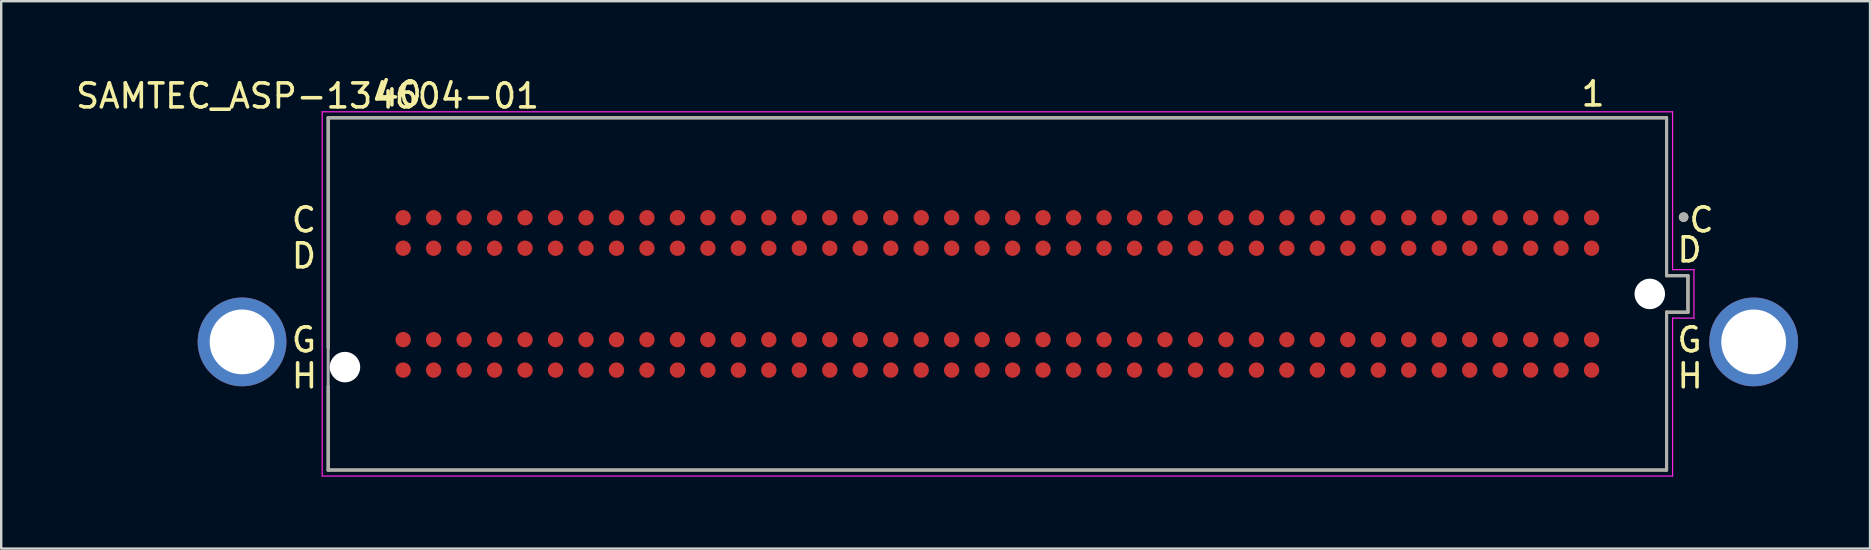
<source format=kicad_pcb>
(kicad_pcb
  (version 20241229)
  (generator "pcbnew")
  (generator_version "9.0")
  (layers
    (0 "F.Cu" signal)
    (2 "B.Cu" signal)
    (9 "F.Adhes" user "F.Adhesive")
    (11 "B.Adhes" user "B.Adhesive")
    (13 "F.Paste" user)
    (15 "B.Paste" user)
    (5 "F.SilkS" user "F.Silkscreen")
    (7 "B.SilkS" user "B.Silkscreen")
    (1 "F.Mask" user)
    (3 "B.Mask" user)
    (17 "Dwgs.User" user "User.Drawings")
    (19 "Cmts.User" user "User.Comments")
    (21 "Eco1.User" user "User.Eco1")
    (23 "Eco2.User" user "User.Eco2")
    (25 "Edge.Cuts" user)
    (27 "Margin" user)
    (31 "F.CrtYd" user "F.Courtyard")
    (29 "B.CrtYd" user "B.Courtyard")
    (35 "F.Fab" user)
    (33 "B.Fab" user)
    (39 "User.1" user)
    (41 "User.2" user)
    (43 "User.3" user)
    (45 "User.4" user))
  (footprint "SAMTEC_ASP-134604-01"
    (layer "F.Cu")
    (at 38.518 9.2)
    (property "Reference" "SAMTEC_ASP-134604-01" (at -28.75 -8.25 180) (layer "F.SilkS") (effects (font (size 1 1) (thickness 0.15))))
    (attr smd)
    (fp_line (start -27.89 -7.35) (end -27.89 2.25) (stroke (width 0.127) (type solid)) (layer "F.SilkS"))
    (fp_line (start -27.89 -7.34) (end 27.89 -7.34) (stroke (width 0.127) (type solid)) (layer "F.SilkS"))
    (fp_line (start -27.89 7.35) (end -27.89 3.85) (stroke (width 0.127) (type solid)) (layer "F.SilkS"))
    (fp_line (start 27.89 -7.34) (end 27.89 -0.76) (stroke (width 0.127) (type solid)) (layer "F.SilkS"))
    (fp_line (start 27.89 -0.76) (end 28.78 -0.76) (stroke (width 0.127) (type solid)) (layer "F.SilkS"))
    (fp_line (start 27.89 0.76) (end 27.89 7.34) (stroke (width 0.127) (type solid)) (layer "F.SilkS"))
    (fp_line (start 27.89 7.34) (end -27.89 7.34) (stroke (width 0.127) (type solid)) (layer "F.SilkS"))
    (fp_line (start 28.78 -0.76) (end 28.78 0.76) (stroke (width 0.127) (type solid)) (layer "F.SilkS"))
    (fp_line (start 28.78 0.76) (end 27.89 0.76) (stroke (width 0.127) (type solid)) (layer "F.SilkS"))
    (fp_circle (center 28.6 -3.2) (end 28.7 -3.2) (stroke (width 0.2) (type solid)) (fill no) (layer "F.SilkS"))
    (fp_line (start -28.14 -7.59) (end 28.14 -7.59) (stroke (width 0.05) (type solid)) (layer "F.CrtYd"))
    (fp_line (start -28.14 7.59) (end -28.14 -7.59) (stroke (width 0.05) (type solid)) (layer "F.CrtYd"))
    (fp_line (start 28.14 -7.59) (end 28.14 -1.01) (stroke (width 0.05) (type solid)) (layer "F.CrtYd"))
    (fp_line (start 28.14 -1.01) (end 29.03 -1.01) (stroke (width 0.05) (type solid)) (layer "F.CrtYd"))
    (fp_line (start 28.14 1.01) (end 28.14 7.59) (stroke (width 0.05) (type solid)) (layer "F.CrtYd"))
    (fp_line (start 28.14 7.59) (end -28.14 7.59) (stroke (width 0.05) (type solid)) (layer "F.CrtYd"))
    (fp_line (start 29.03 -1.01) (end 29.03 1.01) (stroke (width 0.05) (type solid)) (layer "F.CrtYd"))
    (fp_line (start 29.03 1.01) (end 28.14 1.01) (stroke (width 0.05) (type solid)) (layer "F.CrtYd"))
    (fp_line (start -27.89 -7.34) (end 27.89 -7.34) (stroke (width 0.127) (type solid)) (layer "F.Fab"))
    (fp_line (start -27.89 7.34) (end -27.89 -7.34) (stroke (width 0.127) (type solid)) (layer "F.Fab"))
    (fp_line (start 27.89 -7.34) (end 27.89 -0.76) (stroke (width 0.127) (type solid)) (layer "F.Fab"))
    (fp_line (start 27.89 -0.76) (end 28.78 -0.76) (stroke (width 0.127) (type solid)) (layer "F.Fab"))
    (fp_line (start 27.89 0.76) (end 28.78 0.76) (stroke (width 0.127) (type solid)) (layer "F.Fab"))
    (fp_line (start 27.89 7.34) (end -27.89 7.34) (stroke (width 0.127) (type solid)) (layer "F.Fab"))
    (fp_line (start 27.89 7.34) (end 27.89 0.76) (stroke (width 0.127) (type solid)) (layer "F.Fab"))
    (fp_line (start 28.78 0.76) (end 28.78 -0.76) (stroke (width 0.127) (type solid)) (layer "F.Fab"))
    (fp_circle (center 28.6 -3.2) (end 28.7 -3.2) (stroke (width 0.2) (type solid)) (fill no) (layer "F.Fab"))
    (fp_text user "40" (at -26 -7.75 0) (unlocked yes) (layer "F.SilkS") (effects (font (size 1 1) (thickness 0.15)) (justify left bottom)))
    (fp_text user "D" (at -29.5 -1 0) (unlocked yes) (layer "F.SilkS") (effects (font (size 1 1) (thickness 0.15)) (justify left bottom)))
    (fp_text user "D" (at 28.25 -1.25 0) (unlocked yes) (layer "F.SilkS") (effects (font (size 1 1) (thickness 0.15)) (justify left bottom)))
    (fp_text user "H" (at 28.25 4 0) (unlocked yes) (layer "F.SilkS") (effects (font (size 1 1) (thickness 0.15)) (justify left bottom)))
    (fp_text user "G" (at -29.5 2.5 0) (unlocked yes) (layer "F.SilkS") (effects (font (size 1 1) (thickness 0.15)) (justify left bottom)))
    (fp_text user "H" (at -29.5 4 0) (unlocked yes) (layer "F.SilkS") (effects (font (size 1 1) (thickness 0.15)) (justify left bottom)))
    (fp_text user "1" (at 24.25 -7.75 0) (unlocked yes) (layer "F.SilkS") (effects (font (size 1 1) (thickness 0.15)) (justify left bottom)))
    (fp_text user "C" (at 28.75 -2.5 0) (unlocked yes) (layer "F.SilkS") (effects (font (size 1 1) (thickness 0.15)) (justify left bottom)))
    (fp_text user "C" (at -29.5 -2.5 0) (unlocked yes) (layer "F.SilkS") (effects (font (size 1 1) (thickness 0.15)) (justify left bottom)))
    (fp_text user "G" (at 28.25 2.5 0) (unlocked yes) (layer "F.SilkS") (effects (font (size 1 1) (thickness 0.15)) (justify left bottom)))
    (pad "" thru_hole circle (at -31.48 2) (size 3.7 3.7) (drill 2.7) (layers "*.Cu" "*.Mask"))
    (pad "" np_thru_hole circle (at -27.191 3.05) (size 1.27 1.27) (drill 1.27) (layers "*.Cu" "*.Mask"))
    (pad "" np_thru_hole circle (at 27.19 0) (size 1.27 1.27) (drill 1.27) (layers "*.Cu" "*.Mask"))
    (pad "" thru_hole circle (at 31.52 2) (size 3.7 3.7) (drill 2.7) (layers "*.Cu" "*.Mask"))
    (pad "C1" smd circle (at 24.765 -3.175) (size 0.64 0.64) (layers "F.Cu" "F.Mask" "F.Paste"))
    (pad "C2" smd circle (at 23.495 -3.175) (size 0.64 0.64) (layers "F.Cu" "F.Mask" "F.Paste"))
    (pad "C3" smd circle (at 22.225 -3.175) (size 0.64 0.64) (layers "F.Cu" "F.Mask" "F.Paste"))
    (pad "C4" smd circle (at 20.955 -3.175) (size 0.64 0.64) (layers "F.Cu" "F.Mask" "F.Paste"))
    (pad "C5" smd circle (at 19.685 -3.175) (size 0.64 0.64) (layers "F.Cu" "F.Mask" "F.Paste"))
    (pad "C6" smd circle (at 18.415 -3.175) (size 0.64 0.64) (layers "F.Cu" "F.Mask" "F.Paste"))
    (pad "C7" smd circle (at 17.145 -3.175) (size 0.64 0.64) (layers "F.Cu" "F.Mask" "F.Paste"))
    (pad "C8" smd circle (at 15.875 -3.175) (size 0.64 0.64) (layers "F.Cu" "F.Mask" "F.Paste"))
    (pad "C9" smd circle (at 14.605 -3.175) (size 0.64 0.64) (layers "F.Cu" "F.Mask" "F.Paste"))
    (pad "C10" smd circle (at 13.335 -3.175) (size 0.64 0.64) (layers "F.Cu" "F.Mask" "F.Paste"))
    (pad "C11" smd circle (at 12.065 -3.175) (size 0.64 0.64) (layers "F.Cu" "F.Mask" "F.Paste"))
    (pad "C12" smd circle (at 10.795 -3.175) (size 0.64 0.64) (layers "F.Cu" "F.Mask" "F.Paste"))
    (pad "C13" smd circle (at 9.525 -3.175) (size 0.64 0.64) (layers "F.Cu" "F.Mask" "F.Paste"))
    (pad "C14" smd circle (at 8.255 -3.175) (size 0.64 0.64) (layers "F.Cu" "F.Mask" "F.Paste"))
    (pad "C15" smd circle (at 6.985 -3.175) (size 0.64 0.64) (layers "F.Cu" "F.Mask" "F.Paste"))
    (pad "C16" smd circle (at 5.715 -3.175) (size 0.64 0.64) (layers "F.Cu" "F.Mask" "F.Paste"))
    (pad "C17" smd circle (at 4.445 -3.175) (size 0.64 0.64) (layers "F.Cu" "F.Mask" "F.Paste"))
    (pad "C18" smd circle (at 3.175 -3.175) (size 0.64 0.64) (layers "F.Cu" "F.Mask" "F.Paste"))
    (pad "C19" smd circle (at 1.905 -3.175) (size 0.64 0.64) (layers "F.Cu" "F.Mask" "F.Paste"))
    (pad "C20" smd circle (at 0.635 -3.175) (size 0.64 0.64) (layers "F.Cu" "F.Mask" "F.Paste"))
    (pad "C21" smd circle (at -0.635 -3.175) (size 0.64 0.64) (layers "F.Cu" "F.Mask" "F.Paste"))
    (pad "C22" smd circle (at -1.905 -3.175) (size 0.64 0.64) (layers "F.Cu" "F.Mask" "F.Paste"))
    (pad "C23" smd circle (at -3.175 -3.175) (size 0.64 0.64) (layers "F.Cu" "F.Mask" "F.Paste"))
    (pad "C24" smd circle (at -4.445 -3.175) (size 0.64 0.64) (layers "F.Cu" "F.Mask" "F.Paste"))
    (pad "C25" smd circle (at -5.715 -3.175) (size 0.64 0.64) (layers "F.Cu" "F.Mask" "F.Paste"))
    (pad "C26" smd circle (at -6.985 -3.175) (size 0.64 0.64) (layers "F.Cu" "F.Mask" "F.Paste"))
    (pad "C27" smd circle (at -8.255 -3.175) (size 0.64 0.64) (layers "F.Cu" "F.Mask" "F.Paste"))
    (pad "C28" smd circle (at -9.525 -3.175) (size 0.64 0.64) (layers "F.Cu" "F.Mask" "F.Paste"))
    (pad "C29" smd circle (at -10.795 -3.175) (size 0.64 0.64) (layers "F.Cu" "F.Mask" "F.Paste"))
    (pad "C30" smd circle (at -12.065 -3.175) (size 0.64 0.64) (layers "F.Cu" "F.Mask" "F.Paste"))
    (pad "C31" smd circle (at -13.335 -3.175) (size 0.64 0.64) (layers "F.Cu" "F.Mask" "F.Paste"))
    (pad "C32" smd circle (at -14.605 -3.175) (size 0.64 0.64) (layers "F.Cu" "F.Mask" "F.Paste"))
    (pad "C33" smd circle (at -15.875 -3.175) (size 0.64 0.64) (layers "F.Cu" "F.Mask" "F.Paste"))
    (pad "C34" smd circle (at -17.145 -3.175) (size 0.64 0.64) (layers "F.Cu" "F.Mask" "F.Paste"))
    (pad "C35" smd circle (at -18.415 -3.175) (size 0.64 0.64) (layers "F.Cu" "F.Mask" "F.Paste"))
    (pad "C36" smd circle (at -19.685 -3.175) (size 0.64 0.64) (layers "F.Cu" "F.Mask" "F.Paste"))
    (pad "C37" smd circle (at -20.955 -3.175) (size 0.64 0.64) (layers "F.Cu" "F.Mask" "F.Paste"))
    (pad "C38" smd circle (at -22.225 -3.175) (size 0.64 0.64) (layers "F.Cu" "F.Mask" "F.Paste"))
    (pad "C39" smd circle (at -23.495 -3.175) (size 0.64 0.64) (layers "F.Cu" "F.Mask" "F.Paste"))
    (pad "C40" smd circle (at -24.765 -3.175) (size 0.64 0.64) (layers "F.Cu" "F.Mask" "F.Paste"))
    (pad "D1" smd circle (at 24.765 -1.905) (size 0.64 0.64) (layers "F.Cu" "F.Mask" "F.Paste"))
    (pad "D2" smd circle (at 23.495 -1.905) (size 0.64 0.64) (layers "F.Cu" "F.Mask" "F.Paste"))
    (pad "D3" smd circle (at 22.225 -1.905) (size 0.64 0.64) (layers "F.Cu" "F.Mask" "F.Paste"))
    (pad "D4" smd circle (at 20.955 -1.905) (size 0.64 0.64) (layers "F.Cu" "F.Mask" "F.Paste"))
    (pad "D5" smd circle (at 19.685 -1.905) (size 0.64 0.64) (layers "F.Cu" "F.Mask" "F.Paste"))
    (pad "D6" smd circle (at 18.415 -1.905) (size 0.64 0.64) (layers "F.Cu" "F.Mask" "F.Paste"))
    (pad "D7" smd circle (at 17.145 -1.905) (size 0.64 0.64) (layers "F.Cu" "F.Mask" "F.Paste"))
    (pad "D8" smd circle (at 15.875 -1.905) (size 0.64 0.64) (layers "F.Cu" "F.Mask" "F.Paste"))
    (pad "D9" smd circle (at 14.605 -1.905) (size 0.64 0.64) (layers "F.Cu" "F.Mask" "F.Paste"))
    (pad "D10" smd circle (at 13.335 -1.905) (size 0.64 0.64) (layers "F.Cu" "F.Mask" "F.Paste"))
    (pad "D11" smd circle (at 12.065 -1.905) (size 0.64 0.64) (layers "F.Cu" "F.Mask" "F.Paste"))
    (pad "D12" smd circle (at 10.795 -1.905) (size 0.64 0.64) (layers "F.Cu" "F.Mask" "F.Paste"))
    (pad "D13" smd circle (at 9.525 -1.905) (size 0.64 0.64) (layers "F.Cu" "F.Mask" "F.Paste"))
    (pad "D14" smd circle (at 8.255 -1.905) (size 0.64 0.64) (layers "F.Cu" "F.Mask" "F.Paste"))
    (pad "D15" smd circle (at 6.985 -1.905) (size 0.64 0.64) (layers "F.Cu" "F.Mask" "F.Paste"))
    (pad "D16" smd circle (at 5.715 -1.905) (size 0.64 0.64) (layers "F.Cu" "F.Mask" "F.Paste"))
    (pad "D17" smd circle (at 4.445 -1.905) (size 0.64 0.64) (layers "F.Cu" "F.Mask" "F.Paste"))
    (pad "D18" smd circle (at 3.175 -1.905) (size 0.64 0.64) (layers "F.Cu" "F.Mask" "F.Paste"))
    (pad "D19" smd circle (at 1.905 -1.905) (size 0.64 0.64) (layers "F.Cu" "F.Mask" "F.Paste"))
    (pad "D20" smd circle (at 0.635 -1.905) (size 0.64 0.64) (layers "F.Cu" "F.Mask" "F.Paste"))
    (pad "D21" smd circle (at -0.635 -1.905) (size 0.64 0.64) (layers "F.Cu" "F.Mask" "F.Paste"))
    (pad "D22" smd circle (at -1.905 -1.905) (size 0.64 0.64) (layers "F.Cu" "F.Mask" "F.Paste"))
    (pad "D23" smd circle (at -3.175 -1.905) (size 0.64 0.64) (layers "F.Cu" "F.Mask" "F.Paste"))
    (pad "D24" smd circle (at -4.445 -1.905) (size 0.64 0.64) (layers "F.Cu" "F.Mask" "F.Paste"))
    (pad "D25" smd circle (at -5.715 -1.905) (size 0.64 0.64) (layers "F.Cu" "F.Mask" "F.Paste"))
    (pad "D26" smd circle (at -6.985 -1.905) (size 0.64 0.64) (layers "F.Cu" "F.Mask" "F.Paste"))
    (pad "D27" smd circle (at -8.255 -1.905) (size 0.64 0.64) (layers "F.Cu" "F.Mask" "F.Paste"))
    (pad "D28" smd circle (at -9.525 -1.905) (size 0.64 0.64) (layers "F.Cu" "F.Mask" "F.Paste"))
    (pad "D29" smd circle (at -10.795 -1.905) (size 0.64 0.64) (layers "F.Cu" "F.Mask" "F.Paste"))
    (pad "D30" smd circle (at -12.065 -1.905) (size 0.64 0.64) (layers "F.Cu" "F.Mask" "F.Paste"))
    (pad "D31" smd circle (at -13.335 -1.905) (size 0.64 0.64) (layers "F.Cu" "F.Mask" "F.Paste"))
    (pad "D32" smd circle (at -14.605 -1.905) (size 0.64 0.64) (layers "F.Cu" "F.Mask" "F.Paste"))
    (pad "D33" smd circle (at -15.875 -1.905) (size 0.64 0.64) (layers "F.Cu" "F.Mask" "F.Paste"))
    (pad "D34" smd circle (at -17.145 -1.905) (size 0.64 0.64) (layers "F.Cu" "F.Mask" "F.Paste"))
    (pad "D35" smd circle (at -18.415 -1.905) (size 0.64 0.64) (layers "F.Cu" "F.Mask" "F.Paste"))
    (pad "D36" smd circle (at -19.685 -1.905) (size 0.64 0.64) (layers "F.Cu" "F.Mask" "F.Paste"))
    (pad "D37" smd circle (at -20.955 -1.905) (size 0.64 0.64) (layers "F.Cu" "F.Mask" "F.Paste"))
    (pad "D38" smd circle (at -22.225 -1.905) (size 0.64 0.64) (layers "F.Cu" "F.Mask" "F.Paste"))
    (pad "D39" smd circle (at -23.495 -1.905) (size 0.64 0.64) (layers "F.Cu" "F.Mask" "F.Paste"))
    (pad "D40" smd circle (at -24.765 -1.905) (size 0.64 0.64) (layers "F.Cu" "F.Mask" "F.Paste"))
    (pad "G1" smd circle (at 24.765 1.905) (size 0.64 0.64) (layers "F.Cu" "F.Mask" "F.Paste"))
    (pad "G2" smd circle (at 23.495 1.905) (size 0.64 0.64) (layers "F.Cu" "F.Mask" "F.Paste"))
    (pad "G3" smd circle (at 22.225 1.905) (size 0.64 0.64) (layers "F.Cu" "F.Mask" "F.Paste"))
    (pad "G4" smd circle (at 20.955 1.905) (size 0.64 0.64) (layers "F.Cu" "F.Mask" "F.Paste"))
    (pad "G5" smd circle (at 19.685 1.905) (size 0.64 0.64) (layers "F.Cu" "F.Mask" "F.Paste"))
    (pad "G6" smd circle (at 18.415 1.905) (size 0.64 0.64) (layers "F.Cu" "F.Mask" "F.Paste"))
    (pad "G7" smd circle (at 17.145 1.905) (size 0.64 0.64) (layers "F.Cu" "F.Mask" "F.Paste"))
    (pad "G8" smd circle (at 15.875 1.905) (size 0.64 0.64) (layers "F.Cu" "F.Mask" "F.Paste"))
    (pad "G9" smd circle (at 14.605 1.905) (size 0.64 0.64) (layers "F.Cu" "F.Mask" "F.Paste"))
    (pad "G10" smd circle (at 13.335 1.905) (size 0.64 0.64) (layers "F.Cu" "F.Mask" "F.Paste"))
    (pad "G11" smd circle (at 12.065 1.905) (size 0.64 0.64) (layers "F.Cu" "F.Mask" "F.Paste"))
    (pad "G12" smd circle (at 10.795 1.905) (size 0.64 0.64) (layers "F.Cu" "F.Mask" "F.Paste"))
    (pad "G13" smd circle (at 9.525 1.905) (size 0.64 0.64) (layers "F.Cu" "F.Mask" "F.Paste"))
    (pad "G14" smd circle (at 8.255 1.905) (size 0.64 0.64) (layers "F.Cu" "F.Mask" "F.Paste"))
    (pad "G15" smd circle (at 6.985 1.905) (size 0.64 0.64) (layers "F.Cu" "F.Mask" "F.Paste"))
    (pad "G16" smd circle (at 5.715 1.905) (size 0.64 0.64) (layers "F.Cu" "F.Mask" "F.Paste"))
    (pad "G17" smd circle (at 4.445 1.905) (size 0.64 0.64) (layers "F.Cu" "F.Mask" "F.Paste"))
    (pad "G18" smd circle (at 3.175 1.905) (size 0.64 0.64) (layers "F.Cu" "F.Mask" "F.Paste"))
    (pad "G19" smd circle (at 1.905 1.905) (size 0.64 0.64) (layers "F.Cu" "F.Mask" "F.Paste"))
    (pad "G20" smd circle (at 0.635 1.905) (size 0.64 0.64) (layers "F.Cu" "F.Mask" "F.Paste"))
    (pad "G21" smd circle (at -0.635 1.905) (size 0.64 0.64) (layers "F.Cu" "F.Mask" "F.Paste"))
    (pad "G22" smd circle (at -1.905 1.905) (size 0.64 0.64) (layers "F.Cu" "F.Mask" "F.Paste"))
    (pad "G23" smd circle (at -3.175 1.905) (size 0.64 0.64) (layers "F.Cu" "F.Mask" "F.Paste"))
    (pad "G24" smd circle (at -4.445 1.905) (size 0.64 0.64) (layers "F.Cu" "F.Mask" "F.Paste"))
    (pad "G25" smd circle (at -5.715 1.905) (size 0.64 0.64) (layers "F.Cu" "F.Mask" "F.Paste"))
    (pad "G26" smd circle (at -6.985 1.905) (size 0.64 0.64) (layers "F.Cu" "F.Mask" "F.Paste"))
    (pad "G27" smd circle (at -8.255 1.905) (size 0.64 0.64) (layers "F.Cu" "F.Mask" "F.Paste"))
    (pad "G28" smd circle (at -9.525 1.905) (size 0.64 0.64) (layers "F.Cu" "F.Mask" "F.Paste"))
    (pad "G29" smd circle (at -10.795 1.905) (size 0.64 0.64) (layers "F.Cu" "F.Mask" "F.Paste"))
    (pad "G30" smd circle (at -12.065 1.905) (size 0.64 0.64) (layers "F.Cu" "F.Mask" "F.Paste"))
    (pad "G31" smd circle (at -13.335 1.905) (size 0.64 0.64) (layers "F.Cu" "F.Mask" "F.Paste"))
    (pad "G32" smd circle (at -14.605 1.905) (size 0.64 0.64) (layers "F.Cu" "F.Mask" "F.Paste"))
    (pad "G33" smd circle (at -15.875 1.905) (size 0.64 0.64) (layers "F.Cu" "F.Mask" "F.Paste"))
    (pad "G34" smd circle (at -17.145 1.905) (size 0.64 0.64) (layers "F.Cu" "F.Mask" "F.Paste"))
    (pad "G35" smd circle (at -18.415 1.905) (size 0.64 0.64) (layers "F.Cu" "F.Mask" "F.Paste"))
    (pad "G36" smd circle (at -19.685 1.905) (size 0.64 0.64) (layers "F.Cu" "F.Mask" "F.Paste"))
    (pad "G37" smd circle (at -20.955 1.905) (size 0.64 0.64) (layers "F.Cu" "F.Mask" "F.Paste"))
    (pad "G38" smd circle (at -22.225 1.905) (size 0.64 0.64) (layers "F.Cu" "F.Mask" "F.Paste"))
    (pad "G39" smd circle (at -23.495 1.905) (size 0.64 0.64) (layers "F.Cu" "F.Mask" "F.Paste"))
    (pad "G40" smd circle (at -24.765 1.905) (size 0.64 0.64) (layers "F.Cu" "F.Mask" "F.Paste"))
    (pad "H1" smd circle (at 24.765 3.175) (size 0.64 0.64) (layers "F.Cu" "F.Mask" "F.Paste"))
    (pad "H2" smd circle (at 23.495 3.175) (size 0.64 0.64) (layers "F.Cu" "F.Mask" "F.Paste"))
    (pad "H3" smd circle (at 22.225 3.175) (size 0.64 0.64) (layers "F.Cu" "F.Mask" "F.Paste"))
    (pad "H4" smd circle (at 20.955 3.175) (size 0.64 0.64) (layers "F.Cu" "F.Mask" "F.Paste"))
    (pad "H5" smd circle (at 19.685 3.175) (size 0.64 0.64) (layers "F.Cu" "F.Mask" "F.Paste"))
    (pad "H6" smd circle (at 18.415 3.175) (size 0.64 0.64) (layers "F.Cu" "F.Mask" "F.Paste"))
    (pad "H7" smd circle (at 17.145 3.175) (size 0.64 0.64) (layers "F.Cu" "F.Mask" "F.Paste"))
    (pad "H8" smd circle (at 15.875 3.175) (size 0.64 0.64) (layers "F.Cu" "F.Mask" "F.Paste"))
    (pad "H9" smd circle (at 14.605 3.175) (size 0.64 0.64) (layers "F.Cu" "F.Mask" "F.Paste"))
    (pad "H10" smd circle (at 13.335 3.175) (size 0.64 0.64) (layers "F.Cu" "F.Mask" "F.Paste"))
    (pad "H11" smd circle (at 12.065 3.175) (size 0.64 0.64) (layers "F.Cu" "F.Mask" "F.Paste"))
    (pad "H12" smd circle (at 10.795 3.175) (size 0.64 0.64) (layers "F.Cu" "F.Mask" "F.Paste"))
    (pad "H13" smd circle (at 9.525 3.175) (size 0.64 0.64) (layers "F.Cu" "F.Mask" "F.Paste"))
    (pad "H14" smd circle (at 8.255 3.175) (size 0.64 0.64) (layers "F.Cu" "F.Mask" "F.Paste"))
    (pad "H15" smd circle (at 6.985 3.175) (size 0.64 0.64) (layers "F.Cu" "F.Mask" "F.Paste"))
    (pad "H16" smd circle (at 5.715 3.175) (size 0.64 0.64) (layers "F.Cu" "F.Mask" "F.Paste"))
    (pad "H17" smd circle (at 4.445 3.175) (size 0.64 0.64) (layers "F.Cu" "F.Mask" "F.Paste"))
    (pad "H18" smd circle (at 3.175 3.175) (size 0.64 0.64) (layers "F.Cu" "F.Mask" "F.Paste"))
    (pad "H19" smd circle (at 1.905 3.175) (size 0.64 0.64) (layers "F.Cu" "F.Mask" "F.Paste"))
    (pad "H20" smd circle (at 0.635 3.175) (size 0.64 0.64) (layers "F.Cu" "F.Mask" "F.Paste"))
    (pad "H21" smd circle (at -0.635 3.175) (size 0.64 0.64) (layers "F.Cu" "F.Mask" "F.Paste"))
    (pad "H22" smd circle (at -1.905 3.175) (size 0.64 0.64) (layers "F.Cu" "F.Mask" "F.Paste"))
    (pad "H23" smd circle (at -3.175 3.175) (size 0.64 0.64) (layers "F.Cu" "F.Mask" "F.Paste"))
    (pad "H24" smd circle (at -4.445 3.175) (size 0.64 0.64) (layers "F.Cu" "F.Mask" "F.Paste"))
    (pad "H25" smd circle (at -5.715 3.175) (size 0.64 0.64) (layers "F.Cu" "F.Mask" "F.Paste"))
    (pad "H26" smd circle (at -6.985 3.175) (size 0.64 0.64) (layers "F.Cu" "F.Mask" "F.Paste"))
    (pad "H27" smd circle (at -8.255 3.175) (size 0.64 0.64) (layers "F.Cu" "F.Mask" "F.Paste"))
    (pad "H28" smd circle (at -9.525 3.175) (size 0.64 0.64) (layers "F.Cu" "F.Mask" "F.Paste"))
    (pad "H29" smd circle (at -10.795 3.175) (size 0.64 0.64) (layers "F.Cu" "F.Mask" "F.Paste"))
    (pad "H30" smd circle (at -12.065 3.175) (size 0.64 0.64) (layers "F.Cu" "F.Mask" "F.Paste"))
    (pad "H31" smd circle (at -13.335 3.175) (size 0.64 0.64) (layers "F.Cu" "F.Mask" "F.Paste"))
    (pad "H32" smd circle (at -14.605 3.175) (size 0.64 0.64) (layers "F.Cu" "F.Mask" "F.Paste"))
    (pad "H33" smd circle (at -15.875 3.175) (size 0.64 0.64) (layers "F.Cu" "F.Mask" "F.Paste"))
    (pad "H34" smd circle (at -17.145 3.175) (size 0.64 0.64) (layers "F.Cu" "F.Mask" "F.Paste"))
    (pad "H35" smd circle (at -18.415 3.175) (size 0.64 0.64) (layers "F.Cu" "F.Mask" "F.Paste"))
    (pad "H36" smd circle (at -19.685 3.175) (size 0.64 0.64) (layers "F.Cu" "F.Mask" "F.Paste"))
    (pad "H37" smd circle (at -20.955 3.175) (size 0.64 0.64) (layers "F.Cu" "F.Mask" "F.Paste"))
    (pad "H38" smd circle (at -22.225 3.175) (size 0.64 0.64) (layers "F.Cu" "F.Mask" "F.Paste"))
    (pad "H39" smd circle (at -23.495 3.175) (size 0.64 0.64) (layers "F.Cu" "F.Mask" "F.Paste"))
    (pad "H40" smd circle (at -24.765 3.175) (size 0.64 0.64) (layers "F.Cu" "F.Mask" "F.Paste")))
  (gr_rect
    (start -3 -3)
    (end 74.888 19.815)
    (stroke (width 0.1) (type default))
    (fill no)
    (layer "Edge.Cuts")))
</source>
